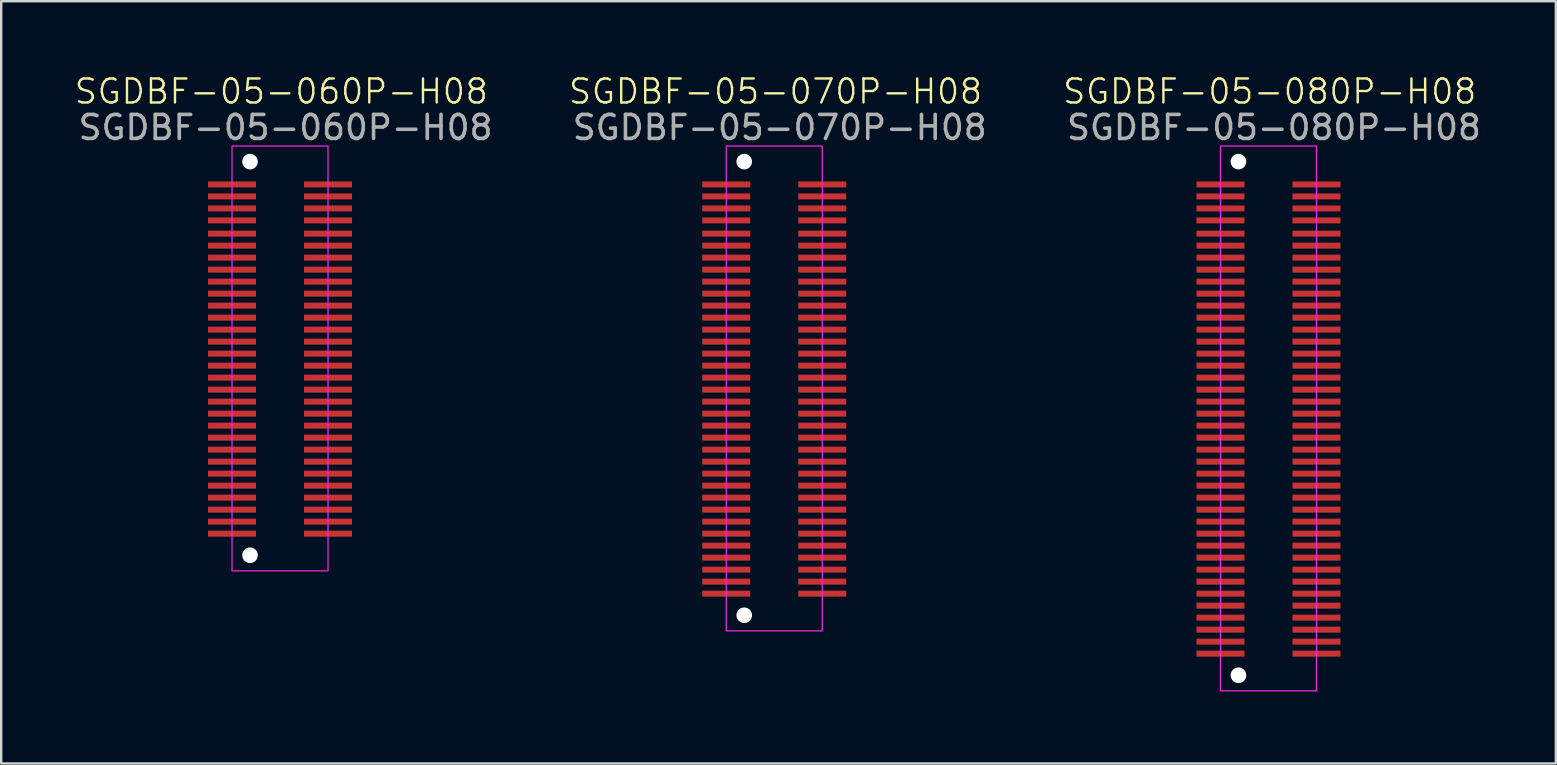
<source format=kicad_pcb>
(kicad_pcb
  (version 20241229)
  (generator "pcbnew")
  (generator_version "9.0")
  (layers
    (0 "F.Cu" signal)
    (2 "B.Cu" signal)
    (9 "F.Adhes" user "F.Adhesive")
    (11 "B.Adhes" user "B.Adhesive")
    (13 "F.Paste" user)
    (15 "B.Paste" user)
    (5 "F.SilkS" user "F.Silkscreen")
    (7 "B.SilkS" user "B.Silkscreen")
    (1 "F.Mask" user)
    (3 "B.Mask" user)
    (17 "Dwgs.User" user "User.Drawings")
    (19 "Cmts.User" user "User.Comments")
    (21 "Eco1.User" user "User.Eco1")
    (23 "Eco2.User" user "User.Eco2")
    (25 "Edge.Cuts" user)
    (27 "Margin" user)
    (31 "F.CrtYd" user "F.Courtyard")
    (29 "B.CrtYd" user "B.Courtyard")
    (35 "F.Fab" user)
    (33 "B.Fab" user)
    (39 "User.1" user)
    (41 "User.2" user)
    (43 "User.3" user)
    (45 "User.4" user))
  (footprint "SGDBF-05-060P-H08"
    (layer "F.Cu")
    (at 6.617 4.634)
    (property "Reference" "SGDBF-05-060P-H08" (at 2.052 -3.873 0) (unlocked yes) (layer "F.SilkS") (effects (font (size 1 1) (thickness 0.1))))
    (attr smd)
    (fp_rect (start 0 -1.6) (end 4 16.1) (stroke (width 0.05) (type default)) (fill no) (layer "F.CrtYd"))
    (fp_text user "${REFERENCE}" (at 2.23 -2.372 0) (unlocked yes) (layer "F.Fab") (effects (font (size 1 1) (thickness 0.15))))
    (pad "" np_thru_hole circle (at 0.75 -0.95) (size 0.65 0.65) (drill 0.65) (layers "*.Cu" "*.Mask"))
    (pad "" np_thru_hole circle (at 0.75 15.45) (size 0.65 0.65) (drill 0.65) (layers "*.Cu" "*.Mask"))
    (pad "1" smd rect (at 0 0 90) (size 0.25 2) (layers "F.Cu" "F.Mask" "F.Paste"))
    (pad "2" smd rect (at 4 0 90) (size 0.25 2) (layers "F.Cu" "F.Mask" "F.Paste"))
    (pad "3" smd rect (at 0 0.5 90) (size 0.25 2) (layers "F.Cu" "F.Mask" "F.Paste"))
    (pad "4" smd rect (at 4 0.5 90) (size 0.25 2) (layers "F.Cu" "F.Mask" "F.Paste"))
    (pad "5" smd rect (at 0 1 90) (size 0.25 2) (layers "F.Cu" "F.Mask" "F.Paste"))
    (pad "6" smd rect (at 4 1 90) (size 0.25 2) (layers "F.Cu" "F.Mask" "F.Paste"))
    (pad "7" smd rect (at 0 1.5 90) (size 0.25 2) (layers "F.Cu" "F.Mask" "F.Paste"))
    (pad "8" smd rect (at 4 1.5 90) (size 0.25 2) (layers "F.Cu" "F.Mask" "F.Paste"))
    (pad "9" smd rect (at 0 2.05 90) (size 0.25 2) (layers "F.Cu" "F.Mask" "F.Paste"))
    (pad "10" smd rect (at 4 2.05 90) (size 0.25 2) (layers "F.Cu" "F.Mask" "F.Paste"))
    (pad "11" smd rect (at 0 2.55 90) (size 0.25 2) (layers "F.Cu" "F.Mask" "F.Paste"))
    (pad "12" smd rect (at 4 2.55 90) (size 0.25 2) (layers "F.Cu" "F.Mask" "F.Paste"))
    (pad "13" smd rect (at 0 3.05 90) (size 0.25 2) (layers "F.Cu" "F.Mask" "F.Paste"))
    (pad "14" smd rect (at 4 3.05 90) (size 0.25 2) (layers "F.Cu" "F.Mask" "F.Paste"))
    (pad "15" smd rect (at 0 3.55 90) (size 0.25 2) (layers "F.Cu" "F.Mask" "F.Paste"))
    (pad "16" smd rect (at 4 3.55 90) (size 0.25 2) (layers "F.Cu" "F.Mask" "F.Paste"))
    (pad "17" smd rect (at 0 4.05 90) (size 0.25 2) (layers "F.Cu" "F.Mask" "F.Paste"))
    (pad "18" smd rect (at 4 4.05 90) (size 0.25 2) (layers "F.Cu" "F.Mask" "F.Paste"))
    (pad "19" smd rect (at 0 4.55 90) (size 0.25 2) (layers "F.Cu" "F.Mask" "F.Paste"))
    (pad "20" smd rect (at 4 4.55 90) (size 0.25 2) (layers "F.Cu" "F.Mask" "F.Paste"))
    (pad "21" smd rect (at 0 5.05 90) (size 0.25 2) (layers "F.Cu" "F.Mask" "F.Paste"))
    (pad "22" smd rect (at 4 5.05 90) (size 0.25 2) (layers "F.Cu" "F.Mask" "F.Paste"))
    (pad "23" smd rect (at 0 5.55 90) (size 0.25 2) (layers "F.Cu" "F.Mask" "F.Paste"))
    (pad "24" smd rect (at 4 5.55 90) (size 0.25 2) (layers "F.Cu" "F.Mask" "F.Paste"))
    (pad "25" smd rect (at 0 6.05 90) (size 0.25 2) (layers "F.Cu" "F.Mask" "F.Paste"))
    (pad "26" smd rect (at 4 6.05 90) (size 0.25 2) (layers "F.Cu" "F.Mask" "F.Paste"))
    (pad "27" smd rect (at 0 6.55 90) (size 0.25 2) (layers "F.Cu" "F.Mask" "F.Paste"))
    (pad "28" smd rect (at 4 6.55 90) (size 0.25 2) (layers "F.Cu" "F.Mask" "F.Paste"))
    (pad "29" smd rect (at 0 7.05 90) (size 0.25 2) (layers "F.Cu" "F.Mask" "F.Paste"))
    (pad "30" smd rect (at 4 7.05 90) (size 0.25 2) (layers "F.Cu" "F.Mask" "F.Paste"))
    (pad "31" smd rect (at 0 7.55 90) (size 0.25 2) (layers "F.Cu" "F.Mask" "F.Paste"))
    (pad "32" smd rect (at 4 7.55 90) (size 0.25 2) (layers "F.Cu" "F.Mask" "F.Paste"))
    (pad "33" smd rect (at 0 8.05 90) (size 0.25 2) (layers "F.Cu" "F.Mask" "F.Paste"))
    (pad "34" smd rect (at 4 8.05 90) (size 0.25 2) (layers "F.Cu" "F.Mask" "F.Paste"))
    (pad "35" smd rect (at 0 8.55 90) (size 0.25 2) (layers "F.Cu" "F.Mask" "F.Paste"))
    (pad "36" smd rect (at 4 8.55 90) (size 0.25 2) (layers "F.Cu" "F.Mask" "F.Paste"))
    (pad "37" smd rect (at 0 9.05 90) (size 0.25 2) (layers "F.Cu" "F.Mask" "F.Paste"))
    (pad "38" smd rect (at 4 9.05 90) (size 0.25 2) (layers "F.Cu" "F.Mask" "F.Paste"))
    (pad "39" smd rect (at 0 9.55 90) (size 0.25 2) (layers "F.Cu" "F.Mask" "F.Paste"))
    (pad "40" smd rect (at 4 9.55 90) (size 0.25 2) (layers "F.Cu" "F.Mask" "F.Paste"))
    (pad "41" smd rect (at 0 10.05 90) (size 0.25 2) (layers "F.Cu" "F.Mask" "F.Paste"))
    (pad "42" smd rect (at 4 10.05 90) (size 0.25 2) (layers "F.Cu" "F.Mask" "F.Paste"))
    (pad "43" smd rect (at 0 10.55 90) (size 0.25 2) (layers "F.Cu" "F.Mask" "F.Paste"))
    (pad "44" smd rect (at 4 10.55 90) (size 0.25 2) (layers "F.Cu" "F.Mask" "F.Paste"))
    (pad "45" smd rect (at 0 11.05 90) (size 0.25 2) (layers "F.Cu" "F.Mask" "F.Paste"))
    (pad "46" smd rect (at 4 11.05 90) (size 0.25 2) (layers "F.Cu" "F.Mask" "F.Paste"))
    (pad "47" smd rect (at 0 11.55 90) (size 0.25 2) (layers "F.Cu" "F.Mask" "F.Paste"))
    (pad "48" smd rect (at 4 11.55 90) (size 0.25 2) (layers "F.Cu" "F.Mask" "F.Paste"))
    (pad "49" smd rect (at 0 12.05 90) (size 0.25 2) (layers "F.Cu" "F.Mask" "F.Paste"))
    (pad "50" smd rect (at 4 12.05 90) (size 0.25 2) (layers "F.Cu" "F.Mask" "F.Paste"))
    (pad "51" smd rect (at 0 12.55 90) (size 0.25 2) (layers "F.Cu" "F.Mask" "F.Paste"))
    (pad "52" smd rect (at 4 12.55 90) (size 0.25 2) (layers "F.Cu" "F.Mask" "F.Paste"))
    (pad "53" smd rect (at 0 13.05 90) (size 0.25 2) (layers "F.Cu" "F.Mask" "F.Paste"))
    (pad "54" smd rect (at 4 13.05 90) (size 0.25 2) (layers "F.Cu" "F.Mask" "F.Paste"))
    (pad "55" smd rect (at 0 13.55 90) (size 0.25 2) (layers "F.Cu" "F.Mask" "F.Paste"))
    (pad "56" smd rect (at 4 13.55 90) (size 0.25 2) (layers "F.Cu" "F.Mask" "F.Paste"))
    (pad "57" smd rect (at 0 14.05 90) (size 0.25 2) (layers "F.Cu" "F.Mask" "F.Paste"))
    (pad "58" smd rect (at 4 14.05 90) (size 0.25 2) (layers "F.Cu" "F.Mask" "F.Paste"))
    (pad "59" smd rect (at 0 14.55 90) (size 0.25 2) (layers "F.Cu" "F.Mask" "F.Paste"))
    (pad "60" smd rect (at 4 14.55 90) (size 0.25 2) (layers "F.Cu" "F.Mask" "F.Paste")))
  (footprint "SGDBF-05-080P-H08"
    (layer "F.Cu")
    (at 47.799 4.634)
    (property "Reference" "SGDBF-05-080P-H08" (at 2.052 -3.873 0) (unlocked yes) (layer "F.SilkS") (effects (font (size 1 1) (thickness 0.1))))
    (attr smd)
    (fp_rect (start 0 -1.6) (end 4 21.1) (stroke (width 0.05) (type default)) (fill no) (layer "F.CrtYd"))
    (fp_text user "${REFERENCE}" (at 2.23 -2.372 0) (unlocked yes) (layer "F.Fab") (effects (font (size 1 1) (thickness 0.15))))
    (pad "" np_thru_hole circle (at 0.75 -0.95) (size 0.65 0.65) (drill 0.65) (layers "*.Cu" "*.Mask"))
    (pad "" np_thru_hole circle (at 0.75 20.45) (size 0.65 0.65) (drill 0.65) (layers "*.Cu" "*.Mask"))
    (pad "1" smd rect (at 0 0 90) (size 0.25 2) (layers "F.Cu" "F.Mask" "F.Paste"))
    (pad "2" smd rect (at 4 0 90) (size 0.25 2) (layers "F.Cu" "F.Mask" "F.Paste"))
    (pad "3" smd rect (at 0 0.5 90) (size 0.25 2) (layers "F.Cu" "F.Mask" "F.Paste"))
    (pad "4" smd rect (at 4 0.5 90) (size 0.25 2) (layers "F.Cu" "F.Mask" "F.Paste"))
    (pad "5" smd rect (at 0 1 90) (size 0.25 2) (layers "F.Cu" "F.Mask" "F.Paste"))
    (pad "6" smd rect (at 4 1 90) (size 0.25 2) (layers "F.Cu" "F.Mask" "F.Paste"))
    (pad "7" smd rect (at 0 1.5 90) (size 0.25 2) (layers "F.Cu" "F.Mask" "F.Paste"))
    (pad "8" smd rect (at 4 1.5 90) (size 0.25 2) (layers "F.Cu" "F.Mask" "F.Paste"))
    (pad "9" smd rect (at 0 2.05 90) (size 0.25 2) (layers "F.Cu" "F.Mask" "F.Paste"))
    (pad "10" smd rect (at 4 2.05 90) (size 0.25 2) (layers "F.Cu" "F.Mask" "F.Paste"))
    (pad "11" smd rect (at 0 2.55 90) (size 0.25 2) (layers "F.Cu" "F.Mask" "F.Paste"))
    (pad "12" smd rect (at 4 2.55 90) (size 0.25 2) (layers "F.Cu" "F.Mask" "F.Paste"))
    (pad "13" smd rect (at 0 3.05 90) (size 0.25 2) (layers "F.Cu" "F.Mask" "F.Paste"))
    (pad "14" smd rect (at 4 3.05 90) (size 0.25 2) (layers "F.Cu" "F.Mask" "F.Paste"))
    (pad "15" smd rect (at 0 3.55 90) (size 0.25 2) (layers "F.Cu" "F.Mask" "F.Paste"))
    (pad "16" smd rect (at 4 3.55 90) (size 0.25 2) (layers "F.Cu" "F.Mask" "F.Paste"))
    (pad "17" smd rect (at 0 4.05 90) (size 0.25 2) (layers "F.Cu" "F.Mask" "F.Paste"))
    (pad "18" smd rect (at 4 4.05 90) (size 0.25 2) (layers "F.Cu" "F.Mask" "F.Paste"))
    (pad "19" smd rect (at 0 4.55 90) (size 0.25 2) (layers "F.Cu" "F.Mask" "F.Paste"))
    (pad "20" smd rect (at 4 4.55 90) (size 0.25 2) (layers "F.Cu" "F.Mask" "F.Paste"))
    (pad "21" smd rect (at 0 5.05 90) (size 0.25 2) (layers "F.Cu" "F.Mask" "F.Paste"))
    (pad "22" smd rect (at 4 5.05 90) (size 0.25 2) (layers "F.Cu" "F.Mask" "F.Paste"))
    (pad "23" smd rect (at 0 5.55 90) (size 0.25 2) (layers "F.Cu" "F.Mask" "F.Paste"))
    (pad "24" smd rect (at 4 5.55 90) (size 0.25 2) (layers "F.Cu" "F.Mask" "F.Paste"))
    (pad "25" smd rect (at 0 6.05 90) (size 0.25 2) (layers "F.Cu" "F.Mask" "F.Paste"))
    (pad "26" smd rect (at 4 6.05 90) (size 0.25 2) (layers "F.Cu" "F.Mask" "F.Paste"))
    (pad "27" smd rect (at 0 6.55 90) (size 0.25 2) (layers "F.Cu" "F.Mask" "F.Paste"))
    (pad "28" smd rect (at 4 6.55 90) (size 0.25 2) (layers "F.Cu" "F.Mask" "F.Paste"))
    (pad "29" smd rect (at 0 7.05 90) (size 0.25 2) (layers "F.Cu" "F.Mask" "F.Paste"))
    (pad "30" smd rect (at 4 7.05 90) (size 0.25 2) (layers "F.Cu" "F.Mask" "F.Paste"))
    (pad "31" smd rect (at 0 7.55 90) (size 0.25 2) (layers "F.Cu" "F.Mask" "F.Paste"))
    (pad "32" smd rect (at 4 7.55 90) (size 0.25 2) (layers "F.Cu" "F.Mask" "F.Paste"))
    (pad "33" smd rect (at 0 8.05 90) (size 0.25 2) (layers "F.Cu" "F.Mask" "F.Paste"))
    (pad "34" smd rect (at 4 8.05 90) (size 0.25 2) (layers "F.Cu" "F.Mask" "F.Paste"))
    (pad "35" smd rect (at 0 8.55 90) (size 0.25 2) (layers "F.Cu" "F.Mask" "F.Paste"))
    (pad "36" smd rect (at 4 8.55 90) (size 0.25 2) (layers "F.Cu" "F.Mask" "F.Paste"))
    (pad "37" smd rect (at 0 9.05 90) (size 0.25 2) (layers "F.Cu" "F.Mask" "F.Paste"))
    (pad "38" smd rect (at 4 9.05 90) (size 0.25 2) (layers "F.Cu" "F.Mask" "F.Paste"))
    (pad "39" smd rect (at 0 9.55 90) (size 0.25 2) (layers "F.Cu" "F.Mask" "F.Paste"))
    (pad "40" smd rect (at 4 9.55 90) (size 0.25 2) (layers "F.Cu" "F.Mask" "F.Paste"))
    (pad "41" smd rect (at 0 10.05 90) (size 0.25 2) (layers "F.Cu" "F.Mask" "F.Paste"))
    (pad "42" smd rect (at 4 10.05 90) (size 0.25 2) (layers "F.Cu" "F.Mask" "F.Paste"))
    (pad "43" smd rect (at 0 10.55 90) (size 0.25 2) (layers "F.Cu" "F.Mask" "F.Paste"))
    (pad "44" smd rect (at 4 10.55 90) (size 0.25 2) (layers "F.Cu" "F.Mask" "F.Paste"))
    (pad "45" smd rect (at 0 11.05 90) (size 0.25 2) (layers "F.Cu" "F.Mask" "F.Paste"))
    (pad "46" smd rect (at 4 11.05 90) (size 0.25 2) (layers "F.Cu" "F.Mask" "F.Paste"))
    (pad "47" smd rect (at 0 11.55 90) (size 0.25 2) (layers "F.Cu" "F.Mask" "F.Paste"))
    (pad "48" smd rect (at 4 11.55 90) (size 0.25 2) (layers "F.Cu" "F.Mask" "F.Paste"))
    (pad "49" smd rect (at 0 12.05 90) (size 0.25 2) (layers "F.Cu" "F.Mask" "F.Paste"))
    (pad "50" smd rect (at 4 12.05 90) (size 0.25 2) (layers "F.Cu" "F.Mask" "F.Paste"))
    (pad "51" smd rect (at 0 12.55 90) (size 0.25 2) (layers "F.Cu" "F.Mask" "F.Paste"))
    (pad "52" smd rect (at 4 12.55 90) (size 0.25 2) (layers "F.Cu" "F.Mask" "F.Paste"))
    (pad "53" smd rect (at 0 13.05 90) (size 0.25 2) (layers "F.Cu" "F.Mask" "F.Paste"))
    (pad "54" smd rect (at 4 13.05 90) (size 0.25 2) (layers "F.Cu" "F.Mask" "F.Paste"))
    (pad "55" smd rect (at 0 13.55 90) (size 0.25 2) (layers "F.Cu" "F.Mask" "F.Paste"))
    (pad "56" smd rect (at 4 13.55 90) (size 0.25 2) (layers "F.Cu" "F.Mask" "F.Paste"))
    (pad "57" smd rect (at 0 14.05 90) (size 0.25 2) (layers "F.Cu" "F.Mask" "F.Paste"))
    (pad "58" smd rect (at 4 14.05 90) (size 0.25 2) (layers "F.Cu" "F.Mask" "F.Paste"))
    (pad "59" smd rect (at 0 14.55 90) (size 0.25 2) (layers "F.Cu" "F.Mask" "F.Paste"))
    (pad "60" smd rect (at 4 14.55 90) (size 0.25 2) (layers "F.Cu" "F.Mask" "F.Paste"))
    (pad "61" smd rect (at 0 15.05 90) (size 0.25 2) (layers "F.Cu" "F.Mask" "F.Paste"))
    (pad "62" smd rect (at 4 15.05 90) (size 0.25 2) (layers "F.Cu" "F.Mask" "F.Paste"))
    (pad "63" smd rect (at 0 15.55 90) (size 0.25 2) (layers "F.Cu" "F.Mask" "F.Paste"))
    (pad "64" smd rect (at 4 15.55 90) (size 0.25 2) (layers "F.Cu" "F.Mask" "F.Paste"))
    (pad "65" smd rect (at 0 16.05 90) (size 0.25 2) (layers "F.Cu" "F.Mask" "F.Paste"))
    (pad "65" smd rect (at 4 16.05 90) (size 0.25 2) (layers "F.Cu" "F.Mask" "F.Paste"))
    (pad "67" smd rect (at 0 16.55 90) (size 0.25 2) (layers "F.Cu" "F.Mask" "F.Paste"))
    (pad "68" smd rect (at 4 16.55 90) (size 0.25 2) (layers "F.Cu" "F.Mask" "F.Paste"))
    (pad "69" smd rect (at 0 17.05 90) (size 0.25 2) (layers "F.Cu" "F.Mask" "F.Paste"))
    (pad "70" smd rect (at 4 17.05 90) (size 0.25 2) (layers "F.Cu" "F.Mask" "F.Paste"))
    (pad "71" smd rect (at 0 17.55 90) (size 0.25 2) (layers "F.Cu" "F.Mask" "F.Paste"))
    (pad "72" smd rect (at 4 17.55 90) (size 0.25 2) (layers "F.Cu" "F.Mask" "F.Paste"))
    (pad "73" smd rect (at 0 18.05 90) (size 0.25 2) (layers "F.Cu" "F.Mask" "F.Paste"))
    (pad "74" smd rect (at 4 18.05 90) (size 0.25 2) (layers "F.Cu" "F.Mask" "F.Paste"))
    (pad "75" smd rect (at 0 18.55 90) (size 0.25 2) (layers "F.Cu" "F.Mask" "F.Paste"))
    (pad "76" smd rect (at 4 18.55 90) (size 0.25 2) (layers "F.Cu" "F.Mask" "F.Paste"))
    (pad "77" smd rect (at 0 19.05 90) (size 0.25 2) (layers "F.Cu" "F.Mask" "F.Paste"))
    (pad "78" smd rect (at 4 19.05 90) (size 0.25 2) (layers "F.Cu" "F.Mask" "F.Paste"))
    (pad "79" smd rect (at 0 19.55 90) (size 0.25 2) (layers "F.Cu" "F.Mask" "F.Paste"))
    (pad "80" smd rect (at 4 19.55 90) (size 0.25 2) (layers "F.Cu" "F.Mask" "F.Paste")))
  (footprint "SGDBF-05-070P-H08"
    (layer "F.Cu")
    (at 27.208 4.634)
    (property "Reference" "SGDBF-05-070P-H08" (at 2.052 -3.873 0) (unlocked yes) (layer "F.SilkS") (effects (font (size 1 1) (thickness 0.1))))
    (attr smd)
    (fp_rect (start 0 -1.6) (end 4 18.6) (stroke (width 0.05) (type default)) (fill no) (layer "F.CrtYd"))
    (fp_text user "${REFERENCE}" (at 2.23 -2.372 0) (unlocked yes) (layer "F.Fab") (effects (font (size 1 1) (thickness 0.15))))
    (pad "" np_thru_hole circle (at 0.75 -0.95) (size 0.65 0.65) (drill 0.65) (layers "*.Cu" "*.Mask"))
    (pad "" np_thru_hole circle (at 0.75 17.95) (size 0.65 0.65) (drill 0.65) (layers "*.Cu" "*.Mask"))
    (pad "1" smd rect (at 0 0 90) (size 0.25 2) (layers "F.Cu" "F.Mask" "F.Paste"))
    (pad "2" smd rect (at 4 0 90) (size 0.25 2) (layers "F.Cu" "F.Mask" "F.Paste"))
    (pad "3" smd rect (at 0 0.5 90) (size 0.25 2) (layers "F.Cu" "F.Mask" "F.Paste"))
    (pad "4" smd rect (at 4 0.5 90) (size 0.25 2) (layers "F.Cu" "F.Mask" "F.Paste"))
    (pad "5" smd rect (at 0 1 90) (size 0.25 2) (layers "F.Cu" "F.Mask" "F.Paste"))
    (pad "6" smd rect (at 4 1 90) (size 0.25 2) (layers "F.Cu" "F.Mask" "F.Paste"))
    (pad "7" smd rect (at 0 1.5 90) (size 0.25 2) (layers "F.Cu" "F.Mask" "F.Paste"))
    (pad "8" smd rect (at 4 1.5 90) (size 0.25 2) (layers "F.Cu" "F.Mask" "F.Paste"))
    (pad "9" smd rect (at 0 2.05 90) (size 0.25 2) (layers "F.Cu" "F.Mask" "F.Paste"))
    (pad "10" smd rect (at 4 2.05 90) (size 0.25 2) (layers "F.Cu" "F.Mask" "F.Paste"))
    (pad "11" smd rect (at 0 2.55 90) (size 0.25 2) (layers "F.Cu" "F.Mask" "F.Paste"))
    (pad "12" smd rect (at 4 2.55 90) (size 0.25 2) (layers "F.Cu" "F.Mask" "F.Paste"))
    (pad "13" smd rect (at 0 3.05 90) (size 0.25 2) (layers "F.Cu" "F.Mask" "F.Paste"))
    (pad "14" smd rect (at 4 3.05 90) (size 0.25 2) (layers "F.Cu" "F.Mask" "F.Paste"))
    (pad "15" smd rect (at 0 3.55 90) (size 0.25 2) (layers "F.Cu" "F.Mask" "F.Paste"))
    (pad "16" smd rect (at 4 3.55 90) (size 0.25 2) (layers "F.Cu" "F.Mask" "F.Paste"))
    (pad "17" smd rect (at 0 4.05 90) (size 0.25 2) (layers "F.Cu" "F.Mask" "F.Paste"))
    (pad "18" smd rect (at 4 4.05 90) (size 0.25 2) (layers "F.Cu" "F.Mask" "F.Paste"))
    (pad "19" smd rect (at 0 4.55 90) (size 0.25 2) (layers "F.Cu" "F.Mask" "F.Paste"))
    (pad "20" smd rect (at 4 4.55 90) (size 0.25 2) (layers "F.Cu" "F.Mask" "F.Paste"))
    (pad "21" smd rect (at 0 5.05 90) (size 0.25 2) (layers "F.Cu" "F.Mask" "F.Paste"))
    (pad "22" smd rect (at 4 5.05 90) (size 0.25 2) (layers "F.Cu" "F.Mask" "F.Paste"))
    (pad "23" smd rect (at 0 5.55 90) (size 0.25 2) (layers "F.Cu" "F.Mask" "F.Paste"))
    (pad "24" smd rect (at 4 5.55 90) (size 0.25 2) (layers "F.Cu" "F.Mask" "F.Paste"))
    (pad "25" smd rect (at 0 6.05 90) (size 0.25 2) (layers "F.Cu" "F.Mask" "F.Paste"))
    (pad "26" smd rect (at 4 6.05 90) (size 0.25 2) (layers "F.Cu" "F.Mask" "F.Paste"))
    (pad "27" smd rect (at 0 6.55 90) (size 0.25 2) (layers "F.Cu" "F.Mask" "F.Paste"))
    (pad "28" smd rect (at 4 6.55 90) (size 0.25 2) (layers "F.Cu" "F.Mask" "F.Paste"))
    (pad "29" smd rect (at 0 7.05 90) (size 0.25 2) (layers "F.Cu" "F.Mask" "F.Paste"))
    (pad "30" smd rect (at 4 7.05 90) (size 0.25 2) (layers "F.Cu" "F.Mask" "F.Paste"))
    (pad "31" smd rect (at 0 7.55 90) (size 0.25 2) (layers "F.Cu" "F.Mask" "F.Paste"))
    (pad "32" smd rect (at 4 7.55 90) (size 0.25 2) (layers "F.Cu" "F.Mask" "F.Paste"))
    (pad "33" smd rect (at 0 8.05 90) (size 0.25 2) (layers "F.Cu" "F.Mask" "F.Paste"))
    (pad "34" smd rect (at 4 8.05 90) (size 0.25 2) (layers "F.Cu" "F.Mask" "F.Paste"))
    (pad "35" smd rect (at 0 8.55 90) (size 0.25 2) (layers "F.Cu" "F.Mask" "F.Paste"))
    (pad "36" smd rect (at 4 8.55 90) (size 0.25 2) (layers "F.Cu" "F.Mask" "F.Paste"))
    (pad "37" smd rect (at 0 9.05 90) (size 0.25 2) (layers "F.Cu" "F.Mask" "F.Paste"))
    (pad "38" smd rect (at 4 9.05 90) (size 0.25 2) (layers "F.Cu" "F.Mask" "F.Paste"))
    (pad "39" smd rect (at 0 9.55 90) (size 0.25 2) (layers "F.Cu" "F.Mask" "F.Paste"))
    (pad "40" smd rect (at 4 9.55 90) (size 0.25 2) (layers "F.Cu" "F.Mask" "F.Paste"))
    (pad "41" smd rect (at 0 10.05 90) (size 0.25 2) (layers "F.Cu" "F.Mask" "F.Paste"))
    (pad "42" smd rect (at 4 10.05 90) (size 0.25 2) (layers "F.Cu" "F.Mask" "F.Paste"))
    (pad "43" smd rect (at 0 10.55 90) (size 0.25 2) (layers "F.Cu" "F.Mask" "F.Paste"))
    (pad "44" smd rect (at 4 10.55 90) (size 0.25 2) (layers "F.Cu" "F.Mask" "F.Paste"))
    (pad "45" smd rect (at 0 11.05 90) (size 0.25 2) (layers "F.Cu" "F.Mask" "F.Paste"))
    (pad "46" smd rect (at 4 11.05 90) (size 0.25 2) (layers "F.Cu" "F.Mask" "F.Paste"))
    (pad "47" smd rect (at 0 11.55 90) (size 0.25 2) (layers "F.Cu" "F.Mask" "F.Paste"))
    (pad "48" smd rect (at 4 11.55 90) (size 0.25 2) (layers "F.Cu" "F.Mask" "F.Paste"))
    (pad "49" smd rect (at 0 12.05 90) (size 0.25 2) (layers "F.Cu" "F.Mask" "F.Paste"))
    (pad "50" smd rect (at 4 12.05 90) (size 0.25 2) (layers "F.Cu" "F.Mask" "F.Paste"))
    (pad "51" smd rect (at 0 12.55 90) (size 0.25 2) (layers "F.Cu" "F.Mask" "F.Paste"))
    (pad "52" smd rect (at 4 12.55 90) (size 0.25 2) (layers "F.Cu" "F.Mask" "F.Paste"))
    (pad "53" smd rect (at 0 13.05 90) (size 0.25 2) (layers "F.Cu" "F.Mask" "F.Paste"))
    (pad "54" smd rect (at 4 13.05 90) (size 0.25 2) (layers "F.Cu" "F.Mask" "F.Paste"))
    (pad "55" smd rect (at 0 13.55 90) (size 0.25 2) (layers "F.Cu" "F.Mask" "F.Paste"))
    (pad "56" smd rect (at 4 13.55 90) (size 0.25 2) (layers "F.Cu" "F.Mask" "F.Paste"))
    (pad "57" smd rect (at 0 14.05 90) (size 0.25 2) (layers "F.Cu" "F.Mask" "F.Paste"))
    (pad "58" smd rect (at 4 14.05 90) (size 0.25 2) (layers "F.Cu" "F.Mask" "F.Paste"))
    (pad "59" smd rect (at 0 14.55 90) (size 0.25 2) (layers "F.Cu" "F.Mask" "F.Paste"))
    (pad "60" smd rect (at 4 14.55 90) (size 0.25 2) (layers "F.Cu" "F.Mask" "F.Paste"))
    (pad "61" smd rect (at 0 15.05 90) (size 0.25 2) (layers "F.Cu" "F.Mask" "F.Paste"))
    (pad "62" smd rect (at 4 15.05 90) (size 0.25 2) (layers "F.Cu" "F.Mask" "F.Paste"))
    (pad "63" smd rect (at 0 15.55 90) (size 0.25 2) (layers "F.Cu" "F.Mask" "F.Paste"))
    (pad "64" smd rect (at 4 15.55 90) (size 0.25 2) (layers "F.Cu" "F.Mask" "F.Paste"))
    (pad "65" smd rect (at 0 16.05 90) (size 0.25 2) (layers "F.Cu" "F.Mask" "F.Paste"))
    (pad "65" smd rect (at 4 16.05 90) (size 0.25 2) (layers "F.Cu" "F.Mask" "F.Paste"))
    (pad "67" smd rect (at 0 16.55 90) (size 0.25 2) (layers "F.Cu" "F.Mask" "F.Paste"))
    (pad "68" smd rect (at 4 16.55 90) (size 0.25 2) (layers "F.Cu" "F.Mask" "F.Paste"))
    (pad "69" smd rect (at 0 17.05 90) (size 0.25 2) (layers "F.Cu" "F.Mask" "F.Paste"))
    (pad "70" smd rect (at 4 17.05 90) (size 0.25 2) (layers "F.Cu" "F.Mask" "F.Paste")))
  (gr_rect
    (start -3 -3)
    (end 61.773 28.759)
    (stroke (width 0.1) (type default))
    (fill no)
    (layer "Edge.Cuts")))
</source>
